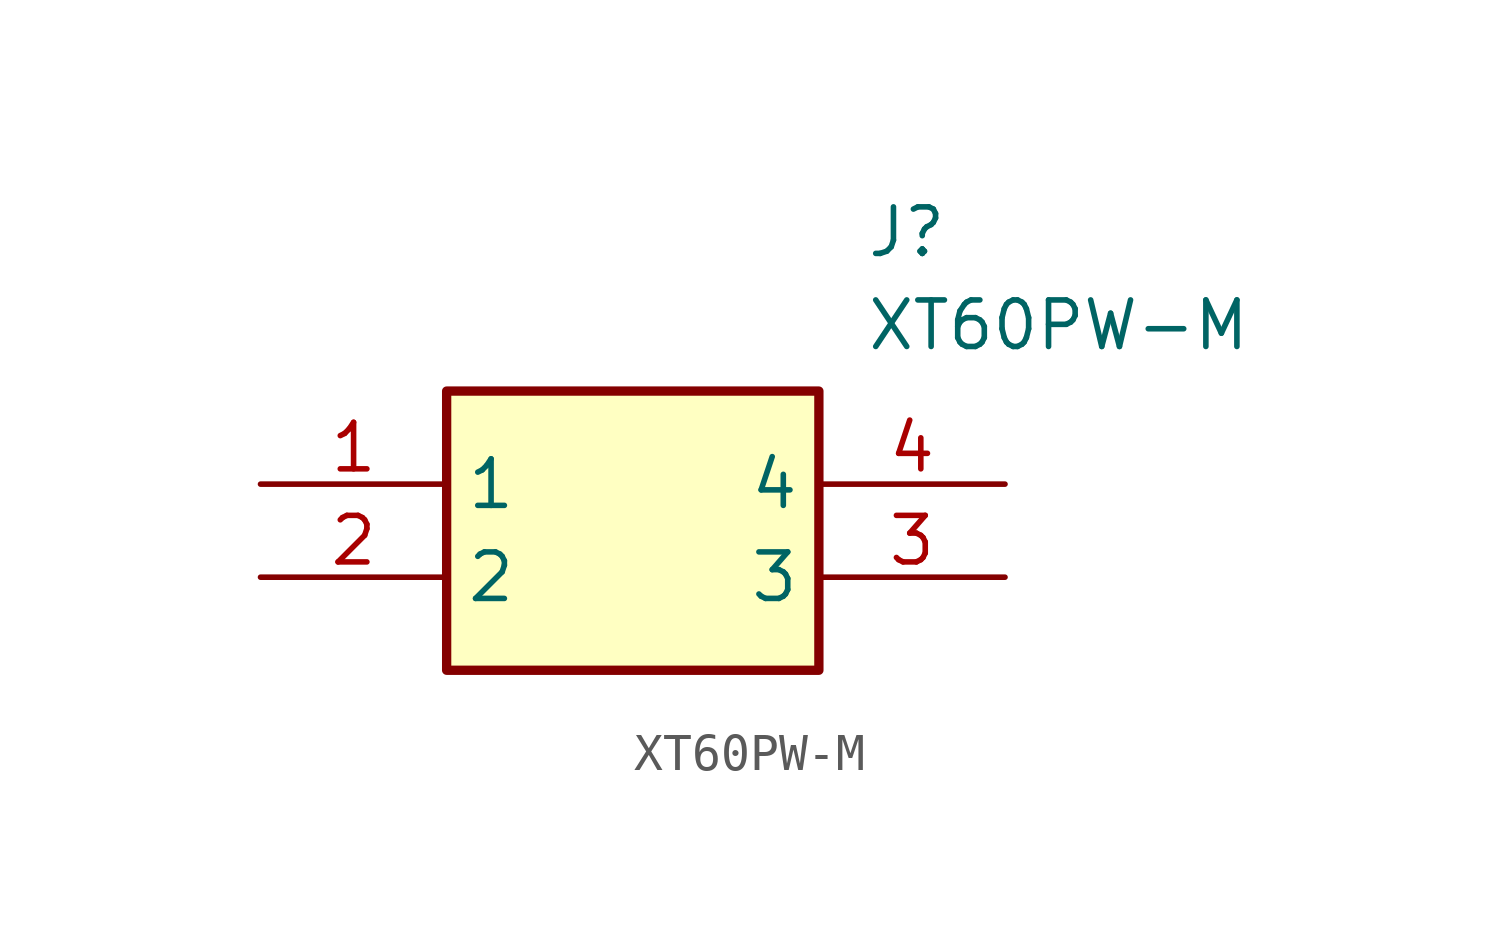
<source format=kicad_sym>
(kicad_symbol_lib
  (version 20211014)
  (generator SamacSys_ECAD_Model)
  (symbol "XT60PW-M"
    (property "Reference" "J"
      (at 16.51 7.62 0)
      (effects (font (size 1.27 1.27)) (justify left top)))
    (property "Value" "XT60PW-M"
      (at 16.51 5.08 0)
      (effects (font (size 1.27 1.27)) (justify left top)))
    (rectangle
      (start 5.08 2.54)
      (end 15.24 -5.08)
      (stroke (width 0.254) (type default))
      (fill (type background)))
    (pin passive line
      (at 0 0 0)
      (length 5.08)
      (name "1" (effects (font (size 1.27 1.27))))
      (number "1" (effects (font (size 1.27 1.27)))))
    (pin passive line
      (at 0 -2.54 0)
      (length 5.08)
      (name "2" (effects (font (size 1.27 1.27))))
      (number "2" (effects (font (size 1.27 1.27)))))
    (pin passive line
      (at 20.32 -2.54 180)
      (length 5.08)
      (name "3" (effects (font (size 1.27 1.27))))
      (number "3" (effects (font (size 1.27 1.27)))))
    (pin passive line
      (at 20.32 0 180)
      (length 5.08)
      (name "4" (effects (font (size 1.27 1.27))))
      (number "4" (effects (font (size 1.27 1.27)))))))
</source>
